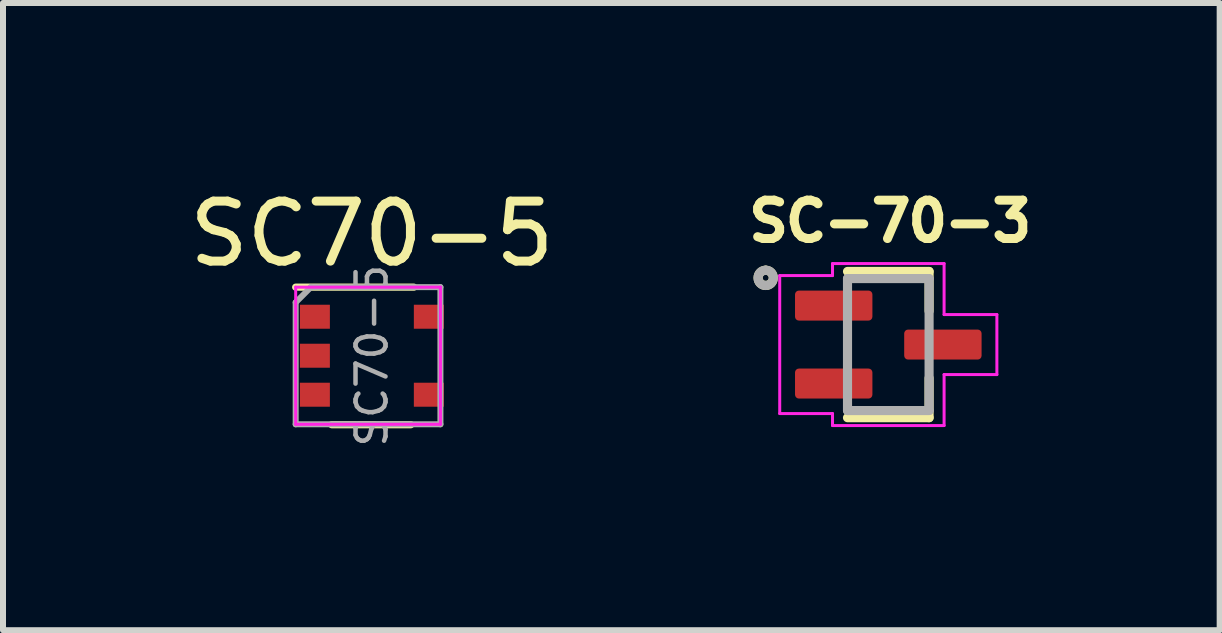
<source format=kicad_pcb>
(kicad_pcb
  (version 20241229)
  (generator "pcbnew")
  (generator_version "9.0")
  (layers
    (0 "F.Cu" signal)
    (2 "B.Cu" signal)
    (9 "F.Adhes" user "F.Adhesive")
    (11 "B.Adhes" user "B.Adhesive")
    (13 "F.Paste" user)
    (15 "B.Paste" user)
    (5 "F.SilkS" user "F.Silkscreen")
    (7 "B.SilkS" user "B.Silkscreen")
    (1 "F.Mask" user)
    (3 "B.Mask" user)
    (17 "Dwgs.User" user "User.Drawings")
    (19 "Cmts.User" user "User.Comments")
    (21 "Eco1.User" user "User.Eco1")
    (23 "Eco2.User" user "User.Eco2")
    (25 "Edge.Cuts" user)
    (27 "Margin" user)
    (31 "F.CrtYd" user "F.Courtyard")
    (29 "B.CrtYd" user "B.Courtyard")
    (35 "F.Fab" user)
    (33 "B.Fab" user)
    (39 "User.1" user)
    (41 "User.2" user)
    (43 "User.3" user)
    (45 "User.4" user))
  (footprint "SC-70-3"
    (layer "F.Cu")
    (at 11.758 2.694)
    (property "Reference" "SC-70-3" (at 0.032 -2.056 0) (layer "F.SilkS") (effects (font (size 0.64 0.64) (thickness 0.15))))
    (attr through_hole)
    (fp_line (start -0.68 1.219) (end 0.68 1.219) (stroke (width 0.152) (type solid)) (layer "F.SilkS"))
    (fp_line (start 0.68 -1.219) (end -0.68 -1.219) (stroke (width 0.152) (type solid)) (layer "F.SilkS"))
    (fp_line (start 0.68 -0.559) (end 0.68 -1.219) (stroke (width 0.152) (type solid)) (layer "F.SilkS"))
    (fp_line (start 0.68 1.219) (end 0.68 0.559) (stroke (width 0.152) (type solid)) (layer "F.SilkS"))
    (fp_arc (start -2.0438 -1.2392) (mid -1.9168 -1.1122) (end -2.0438 -0.9852) (stroke (width 0.1524) (type solid)) (layer "F.SilkS"))
    (fp_arc (start -2.0438 -0.9852) (mid -2.1708 -1.1122) (end -2.0438 -1.2392) (stroke (width 0.1524) (type solid)) (layer "F.SilkS"))
    (fp_line (start -1.81 -1.15) (end -0.93 -1.15) (stroke (width 0.05) (type solid)) (layer "F.CrtYd"))
    (fp_line (start -1.81 1.15) (end -1.81 -1.15) (stroke (width 0.05) (type solid)) (layer "F.CrtYd"))
    (fp_line (start -0.93 -1.35) (end 0.93 -1.35) (stroke (width 0.05) (type solid)) (layer "F.CrtYd"))
    (fp_line (start -0.93 -1.15) (end -0.93 -1.35) (stroke (width 0.05) (type solid)) (layer "F.CrtYd"))
    (fp_line (start -0.93 1.15) (end -1.81 1.15) (stroke (width 0.05) (type solid)) (layer "F.CrtYd"))
    (fp_line (start -0.93 1.35) (end -0.93 1.15) (stroke (width 0.05) (type solid)) (layer "F.CrtYd"))
    (fp_line (start 0.93 -1.35) (end 0.93 -0.5) (stroke (width 0.05) (type solid)) (layer "F.CrtYd"))
    (fp_line (start 0.93 -0.5) (end 1.81 -0.5) (stroke (width 0.05) (type solid)) (layer "F.CrtYd"))
    (fp_line (start 0.93 0.5) (end 0.93 1.35) (stroke (width 0.05) (type solid)) (layer "F.CrtYd"))
    (fp_line (start 0.93 1.35) (end -0.93 1.35) (stroke (width 0.05) (type solid)) (layer "F.CrtYd"))
    (fp_line (start 1.81 -0.5) (end 1.81 0.5) (stroke (width 0.05) (type solid)) (layer "F.CrtYd"))
    (fp_line (start 1.81 0.5) (end 0.93 0.5) (stroke (width 0.05) (type solid)) (layer "F.CrtYd"))
    (fp_line (start -0.68 -1.1) (end -0.68 1.1) (stroke (width 0.152) (type solid)) (layer "F.Fab"))
    (fp_line (start -0.68 1.1) (end 0.68 1.1) (stroke (width 0.152) (type solid)) (layer "F.Fab"))
    (fp_line (start 0.68 -1.1) (end -0.68 -1.1) (stroke (width 0.152) (type solid)) (layer "F.Fab"))
    (fp_line (start 0.68 1.1) (end 0.68 -1.1) (stroke (width 0.152) (type solid)) (layer "F.Fab"))
    (fp_arc (start -2.0438 -1.2392) (mid -1.9168 -1.1122) (end -2.0438 -0.9852) (stroke (width 0.1524) (type solid)) (layer "F.Fab"))
    (fp_arc (start -2.0438 -0.9852) (mid -2.1708 -1.1122) (end -2.0438 -1.2392) (stroke (width 0.1524) (type solid)) (layer "F.Fab"))
    (pad "1" smd roundrect (at -0.91 -0.65) (size 1.29 0.5) (layers "F.Cu" "F.Mask" "F.Paste") (roundrect_rratio 0.13))
    (pad "2" smd roundrect (at -0.91 0.65) (size 1.29 0.5) (layers "F.Cu" "F.Mask" "F.Paste") (roundrect_rratio 0.13))
    (pad "3" smd roundrect (at 0.91 0) (size 1.29 0.5) (layers "F.Cu" "F.Mask" "F.Paste") (roundrect_rratio 0.13)))
  (footprint "SC70-5"
    (layer "F.Cu")
    (at 3.149 2.88)
    (property "Reference" "SC70-5" (at 0 -2.032 0) (layer "F.SilkS") (effects (font (size 1 1) (thickness 0.15))))
    (attr smd)
    (fp_line (start 0.65 1.15) (end -0.67 1.15) (stroke (width 0.12) (type solid)) (layer "F.SilkS"))
    (fp_line (start 0.7 -1.143) (end -1.27 -1.143) (stroke (width 0.12) (type solid)) (layer "F.SilkS"))
    (fp_line (start -1.27 -1.143) (end 1.143 -1.143) (stroke (width 0.05) (type solid)) (layer "F.CrtYd"))
    (fp_line (start -1.27 1.143) (end -1.27 -1.143) (stroke (width 0.05) (type solid)) (layer "F.CrtYd"))
    (fp_line (start 1.143 -1.143) (end 1.143 1.143) (stroke (width 0.05) (type solid)) (layer "F.CrtYd"))
    (fp_line (start 1.143 1.143) (end -1.27 1.143) (stroke (width 0.05) (type solid)) (layer "F.CrtYd"))
    (fp_line (start -1.27 -0.889) (end -1.27 1.143) (stroke (width 0.1) (type solid)) (layer "F.Fab"))
    (fp_line (start -1.27 -0.889) (end -1.016 -1.143) (stroke (width 0.1) (type solid)) (layer "F.Fab"))
    (fp_line (start 1.143 -1.143) (end -1.023 -1.143) (stroke (width 0.1) (type solid)) (layer "F.Fab"))
    (fp_line (start 1.143 -1.143) (end 1.143 1.143) (stroke (width 0.1) (type solid)) (layer "F.Fab"))
    (fp_line (start 1.143 1.143) (end -1.27 1.143) (stroke (width 0.1) (type solid)) (layer "F.Fab"))
    (fp_text user "${REFERENCE}" (at 0 0 90) (layer "F.Fab") (effects (font (size 0.5 0.5) (thickness 0.075))))
    (pad "1" smd rect (at -0.95 -0.65) (size 0.5 0.4) (layers "F.Cu" "F.Mask" "F.Paste"))
    (pad "2" smd rect (at -0.95 0) (size 0.5 0.4) (layers "F.Cu" "F.Mask" "F.Paste"))
    (pad "3" smd rect (at -0.95 0.65) (size 0.5 0.4) (layers "F.Cu" "F.Mask" "F.Paste"))
    (pad "4" smd rect (at 0.95 0.65) (size 0.5 0.4) (layers "F.Cu" "F.Mask" "F.Paste"))
    (pad "5" smd rect (at 0.95 -0.65) (size 0.5 0.4) (layers "F.Cu" "F.Mask" "F.Paste")))
  (gr_rect
    (start -3 -3)
    (end 17.282 7.455)
    (stroke (width 0.1) (type default))
    (fill no)
    (layer "Edge.Cuts")))
</source>
